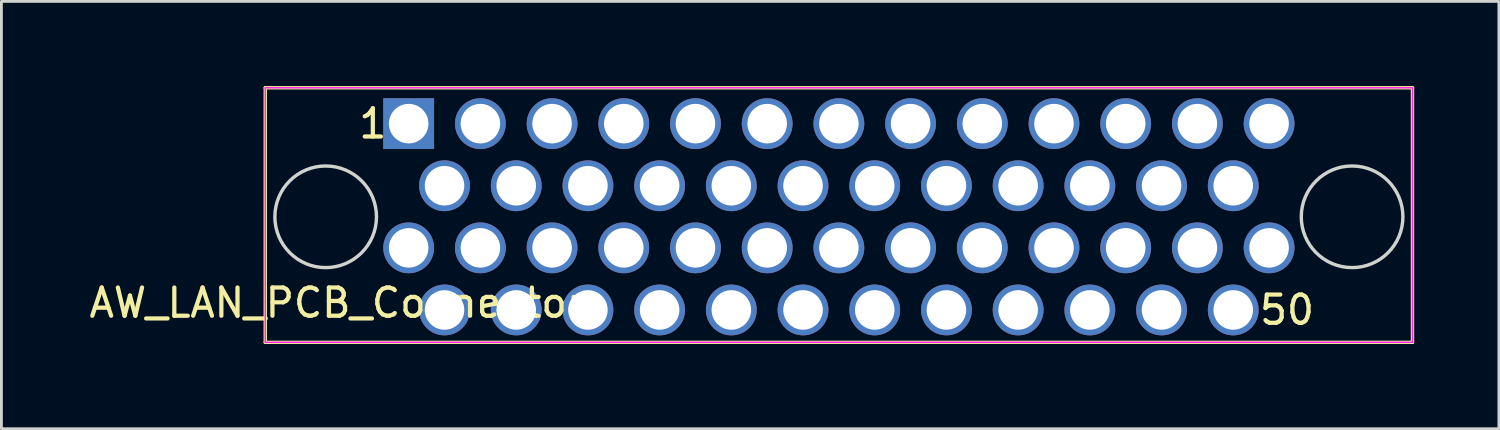
<source format=kicad_pcb>
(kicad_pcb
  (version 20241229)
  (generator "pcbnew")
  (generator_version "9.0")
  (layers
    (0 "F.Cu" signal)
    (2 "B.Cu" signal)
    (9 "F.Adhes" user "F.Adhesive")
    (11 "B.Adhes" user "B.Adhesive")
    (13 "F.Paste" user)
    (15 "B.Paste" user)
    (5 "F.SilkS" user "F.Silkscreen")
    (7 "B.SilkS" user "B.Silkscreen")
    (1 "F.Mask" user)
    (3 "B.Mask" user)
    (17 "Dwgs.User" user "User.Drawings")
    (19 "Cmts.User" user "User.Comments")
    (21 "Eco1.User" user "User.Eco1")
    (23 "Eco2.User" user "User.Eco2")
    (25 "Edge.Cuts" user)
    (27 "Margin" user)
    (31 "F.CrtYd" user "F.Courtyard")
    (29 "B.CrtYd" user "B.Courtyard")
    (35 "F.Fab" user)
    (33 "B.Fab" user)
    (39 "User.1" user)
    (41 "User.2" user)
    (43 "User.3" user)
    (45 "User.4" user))
  (footprint "AW_LAN_PCB_Connector"
    (layer "F.Cu")
    (at 11.427 1.33)
    (property "Reference" "AW_LAN_PCB_Connector" (at -2.54 6.35 180) (layer "F.SilkS") (effects (font (size 1 1) (thickness 0.15))))
    (fp_line (start -5.08 7.747) (end -5.08 -1.27) (stroke (width 0.12) (type solid)) (layer "F.SilkS"))
    (fp_line (start 35.56 -1.27) (end -5.08 -1.27) (stroke (width 0.12) (type solid)) (layer "F.SilkS"))
    (fp_line (start 35.56 7.747) (end -5.08 7.747) (stroke (width 0.12) (type solid)) (layer "F.SilkS"))
    (fp_line (start 35.56 7.747) (end 35.56 -1.27) (stroke (width 0.12) (type solid)) (layer "F.SilkS"))
    (fp_circle (center -2.94 3.3) (end -1.14 3.3) (stroke (width 0.12) (type solid)) (fill no) (layer "Edge.Cuts"))
    (fp_circle (center 33.42 3.3) (end 35.22 3.3) (stroke (width 0.12) (type solid)) (fill no) (layer "Edge.Cuts"))
    (fp_line (start -5.08 -1.27) (end 35.56 -1.27) (stroke (width 0.05) (type solid)) (layer "F.CrtYd"))
    (fp_line (start -5.08 7.747) (end -5.08 -1.27) (stroke (width 0.05) (type solid)) (layer "F.CrtYd"))
    (fp_line (start -5.08 7.747) (end 35.56 7.747) (stroke (width 0.05) (type solid)) (layer "F.CrtYd"))
    (fp_line (start 35.56 7.747) (end 35.56 -1.27) (stroke (width 0.05) (type solid)) (layer "F.CrtYd"))
    (fp_text user "1" (at -1.27 0 0) (unlocked yes) (layer "F.SilkS") (effects (font (size 1 1) (thickness 0.15))))
    (fp_text user "50" (at 31.115 6.6 0) (unlocked yes) (layer "F.SilkS") (effects (font (size 1 1) (thickness 0.15))))
    (pad "1" thru_hole rect (at 0 0) (size 1.8 1.8) (drill 1.4) (layers "*.Cu" "*.Mask"))
    (pad "2" thru_hole circle (at 2.54 0) (size 1.8 1.8) (drill 1.4) (layers "*.Cu" "*.Mask"))
    (pad "3" thru_hole circle (at 5.08 0) (size 1.8 1.8) (drill 1.4) (layers "*.Cu" "*.Mask"))
    (pad "4" thru_hole circle (at 7.62 0) (size 1.8 1.8) (drill 1.4) (layers "*.Cu" "*.Mask"))
    (pad "5" thru_hole circle (at 10.16 0) (size 1.8 1.8) (drill 1.4) (layers "*.Cu" "*.Mask"))
    (pad "6" thru_hole circle (at 12.7 0) (size 1.8 1.8) (drill 1.4) (layers "*.Cu" "*.Mask"))
    (pad "7" thru_hole circle (at 15.24 0) (size 1.8 1.8) (drill 1.4) (layers "*.Cu" "*.Mask"))
    (pad "8" thru_hole circle (at 17.78 0) (size 1.8 1.8) (drill 1.4) (layers "*.Cu" "*.Mask"))
    (pad "9" thru_hole circle (at 20.32 0) (size 1.8 1.8) (drill 1.4) (layers "*.Cu" "*.Mask"))
    (pad "10" thru_hole circle (at 22.86 0) (size 1.8 1.8) (drill 1.4) (layers "*.Cu" "*.Mask"))
    (pad "11" thru_hole circle (at 25.4 0) (size 1.8 1.8) (drill 1.4) (layers "*.Cu" "*.Mask"))
    (pad "12" thru_hole circle (at 27.94 0) (size 1.8 1.8) (drill 1.4) (layers "*.Cu" "*.Mask"))
    (pad "13" thru_hole circle (at 30.48 0) (size 1.8 1.8) (drill 1.4) (layers "*.Cu" "*.Mask"))
    (pad "14" thru_hole circle (at 1.27 2.2) (size 1.8 1.8) (drill 1.4) (layers "*.Cu" "*.Mask"))
    (pad "15" thru_hole circle (at 3.81 2.2) (size 1.8 1.8) (drill 1.4) (layers "*.Cu" "*.Mask"))
    (pad "16" thru_hole circle (at 6.35 2.2) (size 1.8 1.8) (drill 1.4) (layers "*.Cu" "*.Mask"))
    (pad "17" thru_hole circle (at 8.89 2.2) (size 1.8 1.8) (drill 1.4) (layers "*.Cu" "*.Mask"))
    (pad "18" thru_hole circle (at 11.43 2.2) (size 1.8 1.8) (drill 1.4) (layers "*.Cu" "*.Mask"))
    (pad "19" thru_hole circle (at 13.97 2.2) (size 1.8 1.8) (drill 1.4) (layers "*.Cu" "*.Mask"))
    (pad "20" thru_hole circle (at 16.51 2.2) (size 1.8 1.8) (drill 1.4) (layers "*.Cu" "*.Mask"))
    (pad "21" thru_hole circle (at 19.05 2.2) (size 1.8 1.8) (drill 1.4) (layers "*.Cu" "*.Mask"))
    (pad "22" thru_hole circle (at 21.59 2.2) (size 1.8 1.8) (drill 1.4) (layers "*.Cu" "*.Mask"))
    (pad "23" thru_hole circle (at 24.13 2.2) (size 1.8 1.8) (drill 1.4) (layers "*.Cu" "*.Mask"))
    (pad "24" thru_hole circle (at 26.67 2.2) (size 1.8 1.8) (drill 1.4) (layers "*.Cu" "*.Mask"))
    (pad "25" thru_hole circle (at 29.21 2.2) (size 1.8 1.8) (drill 1.4) (layers "*.Cu" "*.Mask"))
    (pad "26" thru_hole circle (at 0 4.4 180) (size 1.8 1.8) (drill 1.4) (layers "*.Cu" "*.Mask"))
    (pad "27" thru_hole circle (at 2.54 4.4 180) (size 1.8 1.8) (drill 1.4) (layers "*.Cu" "*.Mask"))
    (pad "28" thru_hole circle (at 5.08 4.4 180) (size 1.8 1.8) (drill 1.4) (layers "*.Cu" "*.Mask"))
    (pad "29" thru_hole circle (at 7.62 4.4 180) (size 1.8 1.8) (drill 1.4) (layers "*.Cu" "*.Mask"))
    (pad "30" thru_hole circle (at 10.16 4.4 180) (size 1.8 1.8) (drill 1.4) (layers "*.Cu" "*.Mask"))
    (pad "31" thru_hole circle (at 12.7 4.4 180) (size 1.8 1.8) (drill 1.4) (layers "*.Cu" "*.Mask"))
    (pad "32" thru_hole circle (at 15.24 4.4 180) (size 1.8 1.8) (drill 1.4) (layers "*.Cu" "*.Mask"))
    (pad "33" thru_hole circle (at 17.78 4.4 180) (size 1.8 1.8) (drill 1.4) (layers "*.Cu" "*.Mask"))
    (pad "34" thru_hole circle (at 20.32 4.4 180) (size 1.8 1.8) (drill 1.4) (layers "*.Cu" "*.Mask"))
    (pad "35" thru_hole circle (at 22.86 4.4 180) (size 1.8 1.8) (drill 1.4) (layers "*.Cu" "*.Mask"))
    (pad "36" thru_hole circle (at 25.4 4.4 180) (size 1.8 1.8) (drill 1.4) (layers "*.Cu" "*.Mask"))
    (pad "37" thru_hole circle (at 27.94 4.4 180) (size 1.8 1.8) (drill 1.4) (layers "*.Cu" "*.Mask"))
    (pad "38" thru_hole circle (at 30.48 4.4 180) (size 1.8 1.8) (drill 1.4) (layers "*.Cu" "*.Mask"))
    (pad "39" thru_hole circle (at 1.27 6.6 180) (size 1.8 1.8) (drill 1.4) (layers "*.Cu" "*.Mask"))
    (pad "40" thru_hole circle (at 3.81 6.6 180) (size 1.8 1.8) (drill 1.4) (layers "*.Cu" "*.Mask"))
    (pad "41" thru_hole circle (at 6.35 6.6 180) (size 1.8 1.8) (drill 1.4) (layers "*.Cu" "*.Mask"))
    (pad "42" thru_hole circle (at 8.89 6.6 180) (size 1.8 1.8) (drill 1.4) (layers "*.Cu" "*.Mask"))
    (pad "43" thru_hole circle (at 11.43 6.6 180) (size 1.8 1.8) (drill 1.4) (layers "*.Cu" "*.Mask"))
    (pad "44" thru_hole circle (at 13.97 6.6 180) (size 1.8 1.8) (drill 1.4) (layers "*.Cu" "*.Mask"))
    (pad "45" thru_hole circle (at 16.51 6.6 180) (size 1.8 1.8) (drill 1.4) (layers "*.Cu" "*.Mask"))
    (pad "46" thru_hole circle (at 19.05 6.6 180) (size 1.8 1.8) (drill 1.4) (layers "*.Cu" "*.Mask"))
    (pad "47" thru_hole circle (at 21.59 6.6 180) (size 1.8 1.8) (drill 1.4) (layers "*.Cu" "*.Mask"))
    (pad "48" thru_hole circle (at 24.13 6.6 180) (size 1.8 1.8) (drill 1.4) (layers "*.Cu" "*.Mask"))
    (pad "49" thru_hole circle (at 26.67 6.6 180) (size 1.8 1.8) (drill 1.4) (layers "*.Cu" "*.Mask"))
    (pad "50" thru_hole circle (at 29.21 6.6 180) (size 1.8 1.8) (drill 1.4) (layers "*.Cu" "*.Mask")))
  (gr_rect
    (start -3 -3)
    (end 50.047 12.137)
    (stroke (width 0.1) (type default))
    (fill no)
    (layer "Edge.Cuts")))
</source>
